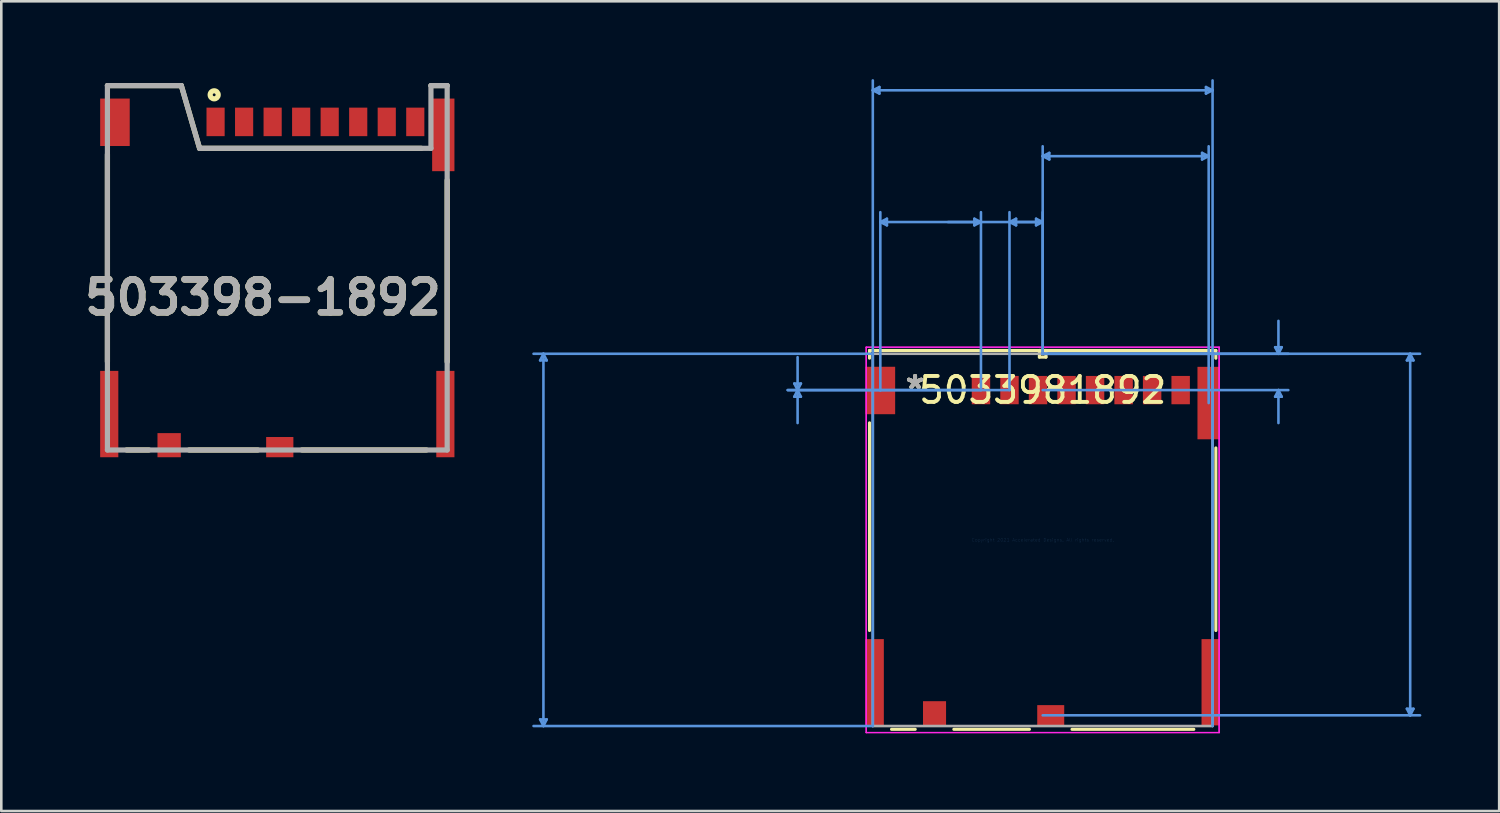
<source format=kicad_pcb>
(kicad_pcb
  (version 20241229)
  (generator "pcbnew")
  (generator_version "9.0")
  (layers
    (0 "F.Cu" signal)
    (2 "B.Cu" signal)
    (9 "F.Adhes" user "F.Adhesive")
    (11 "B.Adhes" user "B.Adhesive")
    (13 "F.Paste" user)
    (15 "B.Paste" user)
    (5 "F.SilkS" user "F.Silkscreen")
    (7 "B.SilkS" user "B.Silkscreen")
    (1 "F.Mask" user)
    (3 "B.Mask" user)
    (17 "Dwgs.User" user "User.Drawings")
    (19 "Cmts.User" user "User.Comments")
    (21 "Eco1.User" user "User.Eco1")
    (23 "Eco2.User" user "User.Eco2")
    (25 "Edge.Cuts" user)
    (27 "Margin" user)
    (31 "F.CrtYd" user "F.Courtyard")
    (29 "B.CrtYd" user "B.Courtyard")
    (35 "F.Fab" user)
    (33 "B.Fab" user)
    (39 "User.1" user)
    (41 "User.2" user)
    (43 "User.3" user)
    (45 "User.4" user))
  (footprint "5033981892"
    (layer "F.Cu")
    (at 37.153 17.767)
    (property "Reference" "5033981892" (at 0 -5.776 0) (layer "F.SilkS") (effects (font (size 1 1) (thickness 0.15))))
    (attr through_hole)
    (fp_line (start -6.677 -7.303) (end -6.677 -7.008) (stroke (width 0.12) (type solid)) (layer "F.SilkS"))
    (fp_line (start -6.677 -4.513) (end -6.677 3.493) (stroke (width 0.12) (type solid)) (layer "F.SilkS"))
    (fp_line (start -5.827 7.303) (end -4.915 7.303) (stroke (width 0.12) (type solid)) (layer "F.SilkS"))
    (fp_line (start -3.425 7.303) (end -0.511 7.303) (stroke (width 0.12) (type solid)) (layer "F.SilkS"))
    (fp_line (start -0.127 -7.303) (end -0.127 -7.048) (stroke (width 0.12) (type solid)) (layer "F.SilkS"))
    (fp_line (start -0.127 -7.048) (end 0.127 -7.048) (stroke (width 0.12) (type solid)) (layer "F.SilkS"))
    (fp_line (start 0.127 -7.303) (end -0.127 -7.303) (stroke (width 0.12) (type solid)) (layer "F.SilkS"))
    (fp_line (start 0.127 -7.048) (end 0.127 -7.303) (stroke (width 0.12) (type solid)) (layer "F.SilkS"))
    (fp_line (start 1.131 7.303) (end 5.827 7.303) (stroke (width 0.12) (type solid)) (layer "F.SilkS"))
    (fp_line (start 6.677 -7.303) (end -6.677 -7.303) (stroke (width 0.12) (type solid)) (layer "F.SilkS"))
    (fp_line (start 6.677 -7.005) (end 6.677 -7.303) (stroke (width 0.12) (type solid)) (layer "F.SilkS"))
    (fp_line (start 6.677 3.493) (end 6.677 -3.546) (stroke (width 0.12) (type solid)) (layer "F.SilkS"))
    (fp_line (start -19.377 -6.921) (end -19.123 -6.921) (stroke (width 0.1) (type solid)) (layer "Cmts.User"))
    (fp_line (start -19.377 6.921) (end -19.123 6.921) (stroke (width 0.1) (type solid)) (layer "Cmts.User"))
    (fp_line (start -19.25 -7.176) (end -19.377 -6.921) (stroke (width 0.1) (type solid)) (layer "Cmts.User"))
    (fp_line (start -19.25 -7.176) (end -19.25 7.176) (stroke (width 0.1) (type solid)) (layer "Cmts.User"))
    (fp_line (start -19.25 -7.176) (end -19.123 -6.921) (stroke (width 0.1) (type solid)) (layer "Cmts.User"))
    (fp_line (start -19.25 7.176) (end -19.377 6.921) (stroke (width 0.1) (type solid)) (layer "Cmts.User"))
    (fp_line (start -19.25 7.176) (end -19.123 6.921) (stroke (width 0.1) (type solid)) (layer "Cmts.User"))
    (fp_line (start -9.577 -6.029) (end -9.323 -6.029) (stroke (width 0.1) (type solid)) (layer "Cmts.User"))
    (fp_line (start -9.577 -5.521) (end -9.323 -5.521) (stroke (width 0.1) (type solid)) (layer "Cmts.User"))
    (fp_line (start -9.45 -5.776) (end -9.577 -6.029) (stroke (width 0.1) (type solid)) (layer "Cmts.User"))
    (fp_line (start -9.45 -5.776) (end -9.577 -5.521) (stroke (width 0.1) (type solid)) (layer "Cmts.User"))
    (fp_line (start -9.45 -5.776) (end -9.45 -7.045) (stroke (width 0.1) (type solid)) (layer "Cmts.User"))
    (fp_line (start -9.45 -5.776) (end -9.45 -4.505) (stroke (width 0.1) (type solid)) (layer "Cmts.User"))
    (fp_line (start -9.45 -5.776) (end -9.323 -6.029) (stroke (width 0.1) (type solid)) (layer "Cmts.User"))
    (fp_line (start -9.45 -5.776) (end -9.323 -5.521) (stroke (width 0.1) (type solid)) (layer "Cmts.User"))
    (fp_line (start -6.55 -17.335) (end -6.296 -17.462) (stroke (width 0.1) (type solid)) (layer "Cmts.User"))
    (fp_line (start -6.55 -17.335) (end -6.296 -17.209) (stroke (width 0.1) (type solid)) (layer "Cmts.User"))
    (fp_line (start -6.55 -17.335) (end 6.55 -17.335) (stroke (width 0.1) (type solid)) (layer "Cmts.User"))
    (fp_line (start -6.55 -7.176) (end -19.631 -7.176) (stroke (width 0.1) (type solid)) (layer "Cmts.User"))
    (fp_line (start -6.55 7.176) (end -19.631 7.176) (stroke (width 0.1) (type solid)) (layer "Cmts.User"))
    (fp_line (start -6.55 7.176) (end -6.55 -17.716) (stroke (width 0.1) (type solid)) (layer "Cmts.User"))
    (fp_line (start -6.296 -17.462) (end -6.296 -17.209) (stroke (width 0.1) (type solid)) (layer "Cmts.User"))
    (fp_line (start -6.26 -12.255) (end -6.006 -12.383) (stroke (width 0.1) (type solid)) (layer "Cmts.User"))
    (fp_line (start -6.26 -12.255) (end -6.006 -12.129) (stroke (width 0.1) (type solid)) (layer "Cmts.User"))
    (fp_line (start -6.26 -12.255) (end 0 -12.255) (stroke (width 0.1) (type solid)) (layer "Cmts.User"))
    (fp_line (start -6.26 -5.761) (end -6.26 -12.636) (stroke (width 0.1) (type solid)) (layer "Cmts.User"))
    (fp_line (start -6.006 -12.383) (end -6.006 -12.129) (stroke (width 0.1) (type solid)) (layer "Cmts.User"))
    (fp_line (start -2.634 -12.383) (end -2.634 -12.129) (stroke (width 0.1) (type solid)) (layer "Cmts.User"))
    (fp_line (start -2.38 -12.255) (end -3.65 -12.255) (stroke (width 0.1) (type solid)) (layer "Cmts.User"))
    (fp_line (start -2.38 -12.255) (end -2.634 -12.383) (stroke (width 0.1) (type solid)) (layer "Cmts.User"))
    (fp_line (start -2.38 -12.255) (end -2.634 -12.129) (stroke (width 0.1) (type solid)) (layer "Cmts.User"))
    (fp_line (start -2.38 -5.776) (end -9.831 -5.776) (stroke (width 0.1) (type solid)) (layer "Cmts.User"))
    (fp_line (start -2.38 -5.776) (end -2.38 -12.636) (stroke (width 0.1) (type solid)) (layer "Cmts.User"))
    (fp_line (start -1.28 -12.255) (end -1.026 -12.383) (stroke (width 0.1) (type solid)) (layer "Cmts.User"))
    (fp_line (start -1.28 -12.255) (end -1.026 -12.129) (stroke (width 0.1) (type solid)) (layer "Cmts.User"))
    (fp_line (start -1.28 -12.255) (end -0.01 -12.255) (stroke (width 0.1) (type solid)) (layer "Cmts.User"))
    (fp_line (start -1.28 -5.776) (end -9.831 -5.776) (stroke (width 0.1) (type solid)) (layer "Cmts.User"))
    (fp_line (start -1.28 -5.776) (end -1.28 -12.636) (stroke (width 0.1) (type solid)) (layer "Cmts.User"))
    (fp_line (start -1.026 -12.383) (end -1.026 -12.129) (stroke (width 0.1) (type solid)) (layer "Cmts.User"))
    (fp_line (start -0.254 -12.383) (end -0.254 -12.129) (stroke (width 0.1) (type solid)) (layer "Cmts.User"))
    (fp_line (start 0 -14.796) (end 0.254 -14.922) (stroke (width 0.1) (type solid)) (layer "Cmts.User"))
    (fp_line (start 0 -14.796) (end 0.254 -14.668) (stroke (width 0.1) (type solid)) (layer "Cmts.User"))
    (fp_line (start 0 -14.796) (end 6.4 -14.796) (stroke (width 0.1) (type solid)) (layer "Cmts.User"))
    (fp_line (start 0 -12.255) (end -0.254 -12.383) (stroke (width 0.1) (type solid)) (layer "Cmts.User"))
    (fp_line (start 0 -12.255) (end -0.254 -12.129) (stroke (width 0.1) (type solid)) (layer "Cmts.User"))
    (fp_line (start 0 -7.176) (end 0 -15.177) (stroke (width 0.1) (type solid)) (layer "Cmts.User"))
    (fp_line (start 0 -7.176) (end 0 -12.636) (stroke (width 0.1) (type solid)) (layer "Cmts.User"))
    (fp_line (start 0 -7.176) (end 9.471 -7.176) (stroke (width 0.1) (type solid)) (layer "Cmts.User"))
    (fp_line (start 0 -7.176) (end 14.551 -7.176) (stroke (width 0.1) (type solid)) (layer "Cmts.User"))
    (fp_line (start 0 -5.776) (end 9.471 -5.776) (stroke (width 0.1) (type solid)) (layer "Cmts.User"))
    (fp_line (start 0 6.764) (end 14.551 6.764) (stroke (width 0.1) (type solid)) (layer "Cmts.User"))
    (fp_line (start 0.254 -14.922) (end 0.254 -14.668) (stroke (width 0.1) (type solid)) (layer "Cmts.User"))
    (fp_line (start 6.146 -14.922) (end 6.146 -14.668) (stroke (width 0.1) (type solid)) (layer "Cmts.User"))
    (fp_line (start 6.296 -17.462) (end 6.296 -17.209) (stroke (width 0.1) (type solid)) (layer "Cmts.User"))
    (fp_line (start 6.4 -14.796) (end 6.146 -14.922) (stroke (width 0.1) (type solid)) (layer "Cmts.User"))
    (fp_line (start 6.4 -14.796) (end 6.146 -14.668) (stroke (width 0.1) (type solid)) (layer "Cmts.User"))
    (fp_line (start 6.4 -5.276) (end 6.4 -15.177) (stroke (width 0.1) (type solid)) (layer "Cmts.User"))
    (fp_line (start 6.55 -17.335) (end 6.296 -17.462) (stroke (width 0.1) (type solid)) (layer "Cmts.User"))
    (fp_line (start 6.55 -17.335) (end 6.296 -17.209) (stroke (width 0.1) (type solid)) (layer "Cmts.User"))
    (fp_line (start 6.55 7.176) (end 6.55 -17.716) (stroke (width 0.1) (type solid)) (layer "Cmts.User"))
    (fp_line (start 8.963 -7.429) (end 9.217 -7.429) (stroke (width 0.1) (type solid)) (layer "Cmts.User"))
    (fp_line (start 8.963 -5.521) (end 9.217 -5.521) (stroke (width 0.1) (type solid)) (layer "Cmts.User"))
    (fp_line (start 9.09 -7.176) (end 8.963 -7.429) (stroke (width 0.1) (type solid)) (layer "Cmts.User"))
    (fp_line (start 9.09 -7.176) (end 9.09 -8.445) (stroke (width 0.1) (type solid)) (layer "Cmts.User"))
    (fp_line (start 9.09 -7.176) (end 9.217 -7.429) (stroke (width 0.1) (type solid)) (layer "Cmts.User"))
    (fp_line (start 9.09 -5.776) (end 8.963 -5.521) (stroke (width 0.1) (type solid)) (layer "Cmts.User"))
    (fp_line (start 9.09 -5.776) (end 9.09 -4.505) (stroke (width 0.1) (type solid)) (layer "Cmts.User"))
    (fp_line (start 9.09 -5.776) (end 9.217 -5.521) (stroke (width 0.1) (type solid)) (layer "Cmts.User"))
    (fp_line (start 14.043 -6.921) (end 14.297 -6.921) (stroke (width 0.1) (type solid)) (layer "Cmts.User"))
    (fp_line (start 14.043 6.511) (end 14.297 6.511) (stroke (width 0.1) (type solid)) (layer "Cmts.User"))
    (fp_line (start 14.17 -7.176) (end 14.043 -6.921) (stroke (width 0.1) (type solid)) (layer "Cmts.User"))
    (fp_line (start 14.17 -7.176) (end 14.17 6.764) (stroke (width 0.1) (type solid)) (layer "Cmts.User"))
    (fp_line (start 14.17 -7.176) (end 14.297 -6.921) (stroke (width 0.1) (type solid)) (layer "Cmts.User"))
    (fp_line (start 14.17 6.764) (end 14.043 6.511) (stroke (width 0.1) (type solid)) (layer "Cmts.User"))
    (fp_line (start 14.17 6.764) (end 14.297 6.511) (stroke (width 0.1) (type solid)) (layer "Cmts.User"))
    (fp_line (start -6.804 -7.429) (end -6.804 7.429) (stroke (width 0.05) (type solid)) (layer "F.CrtYd"))
    (fp_line (start -6.804 -7.429) (end -6.804 7.429) (stroke (width 0.05) (type solid)) (layer "F.CrtYd"))
    (fp_line (start -6.804 7.429) (end 6.804 7.429) (stroke (width 0.05) (type solid)) (layer "F.CrtYd"))
    (fp_line (start -6.804 7.429) (end 6.804 7.429) (stroke (width 0.05) (type solid)) (layer "F.CrtYd"))
    (fp_line (start 6.804 -7.429) (end -6.804 -7.429) (stroke (width 0.05) (type solid)) (layer "F.CrtYd"))
    (fp_line (start 6.804 -7.429) (end -6.804 -7.429) (stroke (width 0.05) (type solid)) (layer "F.CrtYd"))
    (fp_line (start 6.804 7.429) (end 6.804 -7.429) (stroke (width 0.05) (type solid)) (layer "F.CrtYd"))
    (fp_line (start 6.804 7.429) (end 6.804 -7.429) (stroke (width 0.05) (type solid)) (layer "F.CrtYd"))
    (fp_line (start -6.55 -7.176) (end -6.55 7.176) (stroke (width 0.1) (type solid)) (layer "F.Fab"))
    (fp_line (start -6.55 7.176) (end 6.55 7.176) (stroke (width 0.1) (type solid)) (layer "F.Fab"))
    (fp_line (start 0 -7.176) (end 0 -7.176) (stroke (width 0.1) (type solid)) (layer "F.Fab"))
    (fp_line (start 0 -7.176) (end 0 -7.176) (stroke (width 0.1) (type solid)) (layer "F.Fab"))
    (fp_line (start 0 -7.176) (end 0 -7.176) (stroke (width 0.1) (type solid)) (layer "F.Fab"))
    (fp_line (start 0 -7.176) (end 0 -7.176) (stroke (width 0.1) (type solid)) (layer "F.Fab"))
    (fp_line (start 6.55 -7.176) (end -6.55 -7.176) (stroke (width 0.1) (type solid)) (layer "F.Fab"))
    (fp_line (start 6.55 7.176) (end 6.55 -7.176) (stroke (width 0.1) (type solid)) (layer "F.Fab"))
    (fp_text user "*" (at -4.92 -5.776 0) (layer "F.SilkS") (effects (font (size 1 1) (thickness 0.15))))
    (fp_text user "*" (at -4.92 -5.776 0) (layer "F.SilkS") (effects (font (size 1 1) (thickness 0.15))))
    (fp_text user "Copyright 2021 Accelerated Designs. All rights reserved." (at 0 0 0) (layer "Cmts.User") (effects (font (size 0.127 0.127) (thickness 0.002))))
    (fp_text user "*" (at -4.92 -5.776 0) (layer "F.Fab") (effects (font (size 1 1) (thickness 0.15))))
    (fp_text user "*" (at -4.92 -5.776 0) (layer "F.Fab") (effects (font (size 1 1) (thickness 0.15))))
    (pad "1" smd rect (at -2.38 -5.776) (size 0.711 1.092) (layers "F.Cu" "F.Mask" "F.Paste"))
    (pad "2" smd rect (at -1.28 -5.776) (size 0.711 1.092) (layers "F.Cu" "F.Mask" "F.Paste"))
    (pad "3" smd rect (at -0.18 -5.776) (size 0.711 1.092) (layers "F.Cu" "F.Mask" "F.Paste"))
    (pad "4" smd rect (at 0.92 -5.776) (size 0.711 1.092) (layers "F.Cu" "F.Mask" "F.Paste"))
    (pad "5" smd rect (at 2.02 -5.776) (size 0.711 1.092) (layers "F.Cu" "F.Mask" "F.Paste"))
    (pad "6" smd rect (at 3.12 -5.776) (size 0.711 1.092) (layers "F.Cu" "F.Mask" "F.Paste"))
    (pad "7" smd rect (at 4.22 -5.776) (size 0.711 1.092) (layers "F.Cu" "F.Mask" "F.Paste"))
    (pad "8" smd rect (at 5.32 -5.776) (size 0.711 1.092) (layers "F.Cu" "F.Mask" "F.Paste"))
    (pad "9" smd rect (at -4.17 6.689) (size 0.889 0.94) (layers "F.Cu" "F.Mask" "F.Paste"))
    (pad "10" smd rect (at 0.31 6.764) (size 1.041 0.787) (layers "F.Cu" "F.Mask" "F.Paste"))
    (pad "11" smd rect (at -6.26 -5.761) (size 1.143 1.829) (layers "F.Cu" "F.Mask" "F.Paste"))
    (pad "12" smd rect (at 6.4 -5.276) (size 0.864 2.794) (layers "F.Cu" "F.Mask" "F.Paste"))
    (pad "13" smd rect (at -6.48 5.489) (size 0.711 3.327) (layers "F.Cu" "F.Mask" "F.Paste"))
    (pad "14" smd rect (at 6.48 5.489) (size 0.711 3.327) (layers "F.Cu" "F.Mask" "F.Paste")))
  (footprint "503398-1892"
    (layer "F.Cu")
    (at 1.092 0.25)
    (property "Reference" "503398-1892" (at 5.996 8.167 0) (layer "F.SilkS") (effects (font (size 1.27 1.27) (thickness 0.254))))
    (attr smd)
    (fp_line (start 0 0) (end 2.849 0) (stroke (width 0.2) (type solid)) (layer "F.SilkS"))
    (fp_line (start 0 2.65) (end 0 10.648) (stroke (width 0.2) (type solid)) (layer "F.SilkS"))
    (fp_line (start 0.74 14.05) (end 1.6 14.05) (stroke (width 0.2) (type solid)) (layer "F.SilkS"))
    (fp_line (start 2.849 0) (end 3.554 2.42) (stroke (width 0.2) (type solid)) (layer "F.SilkS"))
    (fp_line (start 3.15 14.05) (end 5.8 14.05) (stroke (width 0.2) (type solid)) (layer "F.SilkS"))
    (fp_line (start 3.554 2.42) (end 12.109 2.42) (stroke (width 0.2) (type solid)) (layer "F.SilkS"))
    (fp_line (start 7.5 14.05) (end 12.3 14.05) (stroke (width 0.2) (type solid)) (layer "F.SilkS"))
    (fp_line (start 13.1 0) (end 12.474 0) (stroke (width 0.2) (type solid)) (layer "F.SilkS"))
    (fp_line (start 13.1 3.65) (end 13.1 10.65) (stroke (width 0.2) (type solid)) (layer "F.SilkS"))
    (fp_circle (center 4.116 0.356) (end 4.116 0.411) (stroke (width 0.2) (type solid)) (fill no) (layer "F.SilkS"))
    (fp_line (start 0 0) (end 0 14.05) (stroke (width 0.2) (type solid)) (layer "F.Fab"))
    (fp_line (start 0 0) (end 2.849 0) (stroke (width 0.2) (type solid)) (layer "F.Fab"))
    (fp_line (start 0 14.05) (end 13.1 14.05) (stroke (width 0.2) (type solid)) (layer "F.Fab"))
    (fp_line (start 2.849 0) (end 3.554 2.42) (stroke (width 0.2) (type solid)) (layer "F.Fab"))
    (fp_line (start 12.474 0) (end 12.474 2.42) (stroke (width 0.2) (type solid)) (layer "F.Fab"))
    (fp_line (start 12.474 2.42) (end 3.554 2.42) (stroke (width 0.2) (type solid)) (layer "F.Fab"))
    (fp_line (start 13.1 0) (end 12.474 0) (stroke (width 0.2) (type solid)) (layer "F.Fab"))
    (fp_line (start 13.1 14.05) (end 13.1 0) (stroke (width 0.2) (type solid)) (layer "F.Fab"))
    (fp_text user "${REFERENCE}" (at 5.996 8.167 0) (layer "F.Fab") (effects (font (size 1.27 1.27) (thickness 0.254))))
    (pad "1" smd rect (at 4.17 1.4) (size 0.7 1.1) (layers "F.Cu" "F.Mask" "F.Paste"))
    (pad "2" smd rect (at 5.27 1.4) (size 0.7 1.1) (layers "F.Cu" "F.Mask" "F.Paste"))
    (pad "3" smd rect (at 6.37 1.4) (size 0.7 1.1) (layers "F.Cu" "F.Mask" "F.Paste"))
    (pad "4" smd rect (at 7.47 1.4) (size 0.7 1.1) (layers "F.Cu" "F.Mask" "F.Paste"))
    (pad "5" smd rect (at 8.57 1.4) (size 0.7 1.1) (layers "F.Cu" "F.Mask" "F.Paste"))
    (pad "6" smd rect (at 9.67 1.4) (size 0.7 1.1) (layers "F.Cu" "F.Mask" "F.Paste"))
    (pad "7" smd rect (at 10.77 1.4) (size 0.7 1.1) (layers "F.Cu" "F.Mask" "F.Paste"))
    (pad "8" smd rect (at 11.87 1.4) (size 0.7 1.1) (layers "F.Cu" "F.Mask" "F.Paste"))
    (pad "9" smd rect (at 2.38 13.865) (size 0.9 0.93) (layers "F.Cu" "F.Mask" "F.Paste"))
    (pad "10" smd rect (at 6.645 13.94 90) (size 0.78 1.05) (layers "F.Cu" "F.Mask" "F.Paste"))
    (pad "11" smd rect (at 13.03 12.665) (size 0.7 3.33) (layers "F.Cu" "F.Mask" "F.Paste"))
    (pad "12" smd rect (at 12.95 1.9) (size 0.86 2.8) (layers "F.Cu" "F.Mask" "F.Paste"))
    (pad "13" smd rect (at 0.29 1.415) (size 1.14 1.83) (layers "F.Cu" "F.Mask" "F.Paste"))
    (pad "14" smd rect (at 0.07 12.665) (size 0.7 3.33) (layers "F.Cu" "F.Mask" "F.Paste")))
  (gr_rect
    (start -3 -3)
    (end 54.754 28.221)
    (stroke (width 0.1) (type default))
    (fill no)
    (layer "Edge.Cuts")))
</source>
